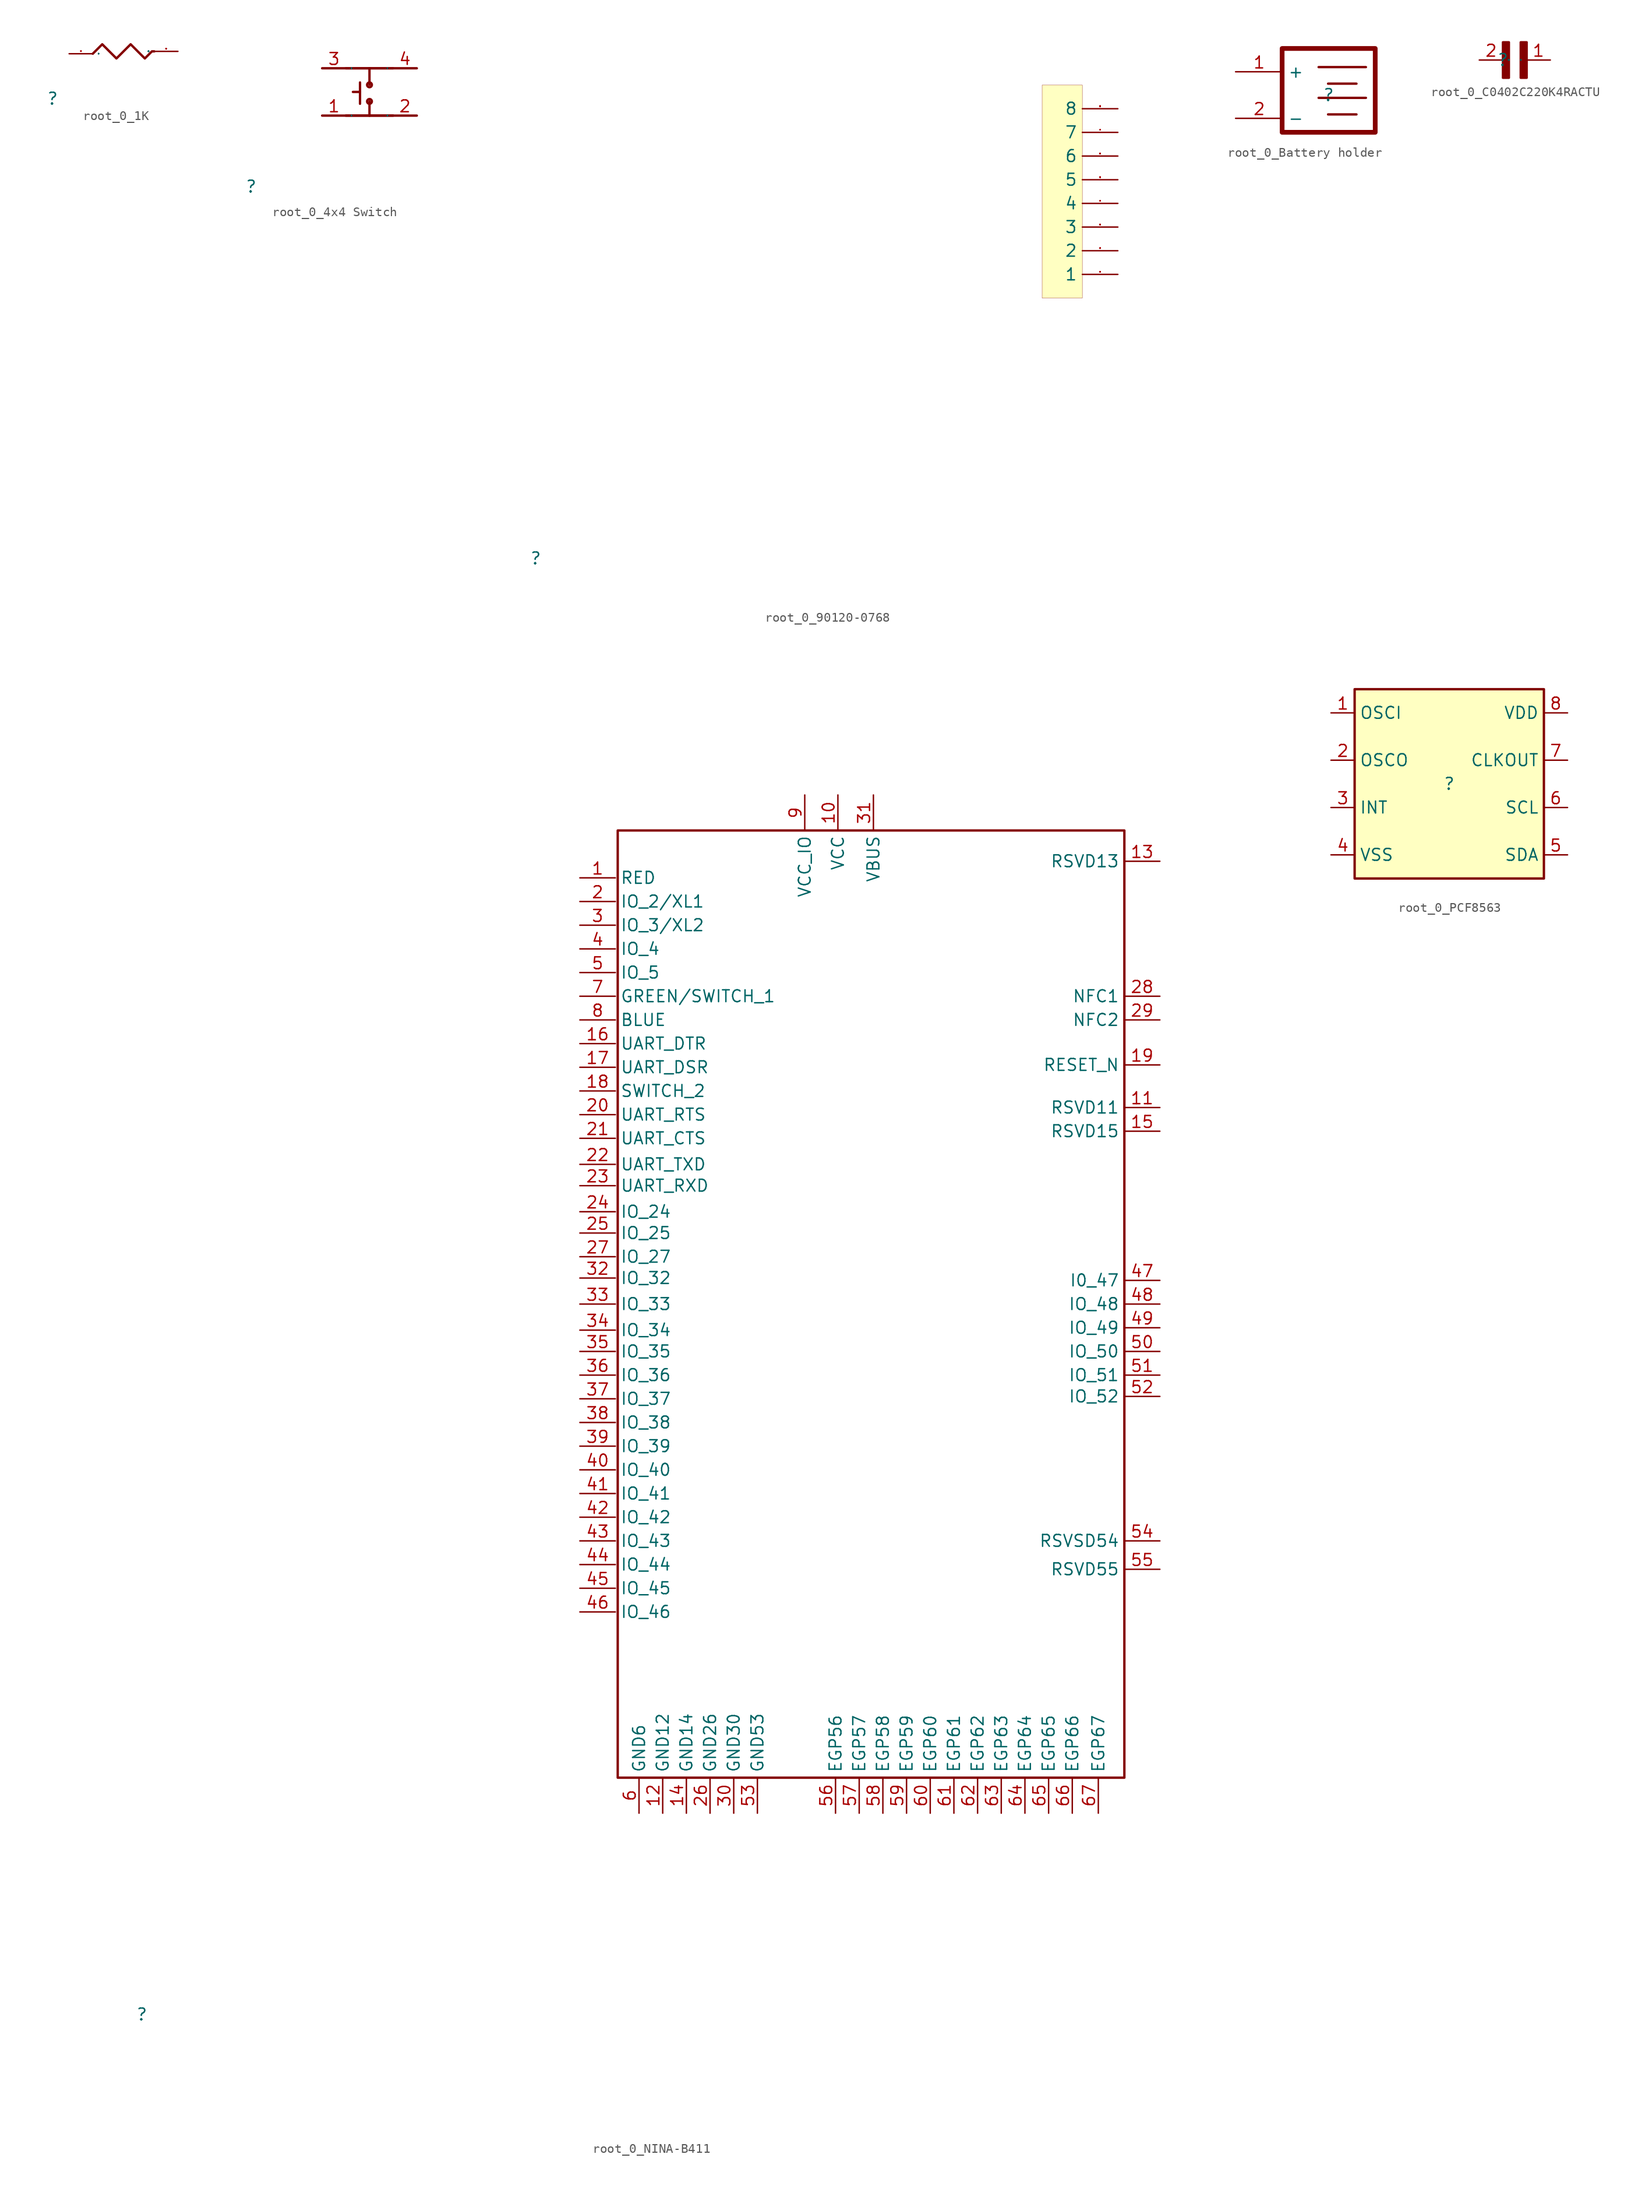
<source format=kicad_sym>
(kicad_symbol_lib
  (version 20230620)
  (generator kicad_symbol_editor)
  (symbol "root_0_1K"
    (property "Reference" ""
      (at 0 0 0)
      (effects (font (size 1.27 1.27))))
    (property "Value" ""
      (at 0 0 0)
      (effects (font (size 1.27 1.27))))
    (symbol "root_0_1K_1_0"
      (polyline (pts (xy 4.318 4.826) (xy 5.334 5.842) (xy 6.858 4.318) (xy 8.382 5.842) (xy 9.906 4.318) (xy 10.668 5.08) (xy 10.922 5.08)) (stroke (width 0.254) (type solid)) (fill (type none)))
      (pin passive line (at 1.778 4.826 0) (length 2.54) (name "1" (effects (font (size 0.025 0.025)))) (number "1" (effects (font (size 0.025 0.025)))))
      (pin passive line (at 13.462 5.08 180) (length 2.54) (name "2" (effects (font (size 0.025 0.025)))) (number "2" (effects (font (size 0.025 0.025)))))))
  (symbol "root_0_4x4 Switch"
    (property "Reference" ""
      (at 0 0 0)
      (effects (font (size 1.27 1.27))))
    (property "Value" ""
      (at 0 0 0)
      (effects (font (size 1.27 1.27))))
    (symbol "root_0_4x4 Switch_1_0"
      (polyline (pts (xy 7.62 12.7) (xy 17.78 12.7)) (stroke (width 0.254) (type solid)) (fill (type none)))
      (polyline (pts (xy 10.16 7.62) (xy 12.7 7.62)) (stroke (width 0.254) (type solid)) (fill (type none)))
      (polyline (pts (xy 10.16 12.7) (xy 12.7 12.7)) (stroke (width 0.254) (type solid)) (fill (type none)))
      (polyline (pts (xy 11.684 10.16) (xy 10.922 10.16)) (stroke (width 0.254) (type solid)) (fill (type none)))
      (polyline (pts (xy 11.684 10.16) (xy 11.684 8.89)) (stroke (width 0.254) (type solid)) (fill (type none)))
      (polyline (pts (xy 11.684 11.176) (xy 11.684 10.16)) (stroke (width 0.254) (type solid)) (fill (type none)))
      (polyline (pts (xy 12.7 7.62) (xy 15.24 7.62)) (stroke (width 0.254) (type solid)) (fill (type none)))
      (polyline (pts (xy 12.7 9.144) (xy 12.7 7.62)) (stroke (width 0.254) (type solid)) (fill (type none)))
      (polyline (pts (xy 12.7 10.922) (xy 12.7 12.7)) (stroke (width 0.254) (type solid)) (fill (type none)))
      (polyline (pts (xy 12.7 12.7) (xy 15.24 12.7)) (stroke (width 0.254) (type solid)) (fill (type none)))
      (polyline (pts (xy 17.78 7.62) (xy 7.62 7.62)) (stroke (width 0.254) (type solid)) (fill (type none)))
      (circle (center 12.7 9.144) (radius 0.254) (stroke (width 0.254) (type solid)) (fill (type none)))
      (circle (center 12.7 10.922) (radius 0.254) (stroke (width 0.254) (type solid)) (fill (type none)))
      (pin passive line (at 7.62 7.62 0) (length 2.54) (name "1" (effects (font (size 0.025 0.025)))) (number "1" (effects (font (size 1.27 1.27)))))
      (pin passive line (at 17.78 7.62 180) (length 2.54) (name "2" (effects (font (size 0.025 0.025)))) (number "2" (effects (font (size 1.27 1.27)))))
      (pin passive line (at 7.62 12.7 0) (length 2.54) (name "3" (effects (font (size 0.025 0.025)))) (number "3" (effects (font (size 1.27 1.27)))))
      (pin passive line (at 17.78 12.7 180) (length 2.54) (name "4" (effects (font (size 0.025 0.025)))) (number "4" (effects (font (size 1.27 1.27)))))))
  (symbol "root_0_90120-0768"
    (property "Reference" ""
      (at 0 0 0)
      (effects (font (size 1.27 1.27))))
    (property "Value" ""
      (at 0 0 0)
      (effects (font (size 1.27 1.27))))
    (symbol "root_0_90120-0768_1_0"
      (rectangle (start 58.674 50.8) (end 54.356 27.94) (stroke (width 0.025) (type solid) (color 128 0 0 1)) (fill (type background)))
      (pin passive line (at 62.484 30.48 180) (length 3.81) (name "1" (effects (font (size 1.27 1.27)))) (number "1" (effects (font (size 0.025 0.025)))))
      (pin passive line (at 62.484 33.02 180) (length 3.81) (name "2" (effects (font (size 1.27 1.27)))) (number "2" (effects (font (size 0.025 0.025)))))
      (pin passive line (at 62.484 35.56 180) (length 3.81) (name "3" (effects (font (size 1.27 1.27)))) (number "3" (effects (font (size 0.025 0.025)))))
      (pin passive line (at 62.484 38.1 180) (length 3.81) (name "4" (effects (font (size 1.27 1.27)))) (number "4" (effects (font (size 0.025 0.025)))))
      (pin passive line (at 62.484 40.64 180) (length 3.81) (name "5" (effects (font (size 1.27 1.27)))) (number "5" (effects (font (size 0.025 0.025)))))
      (pin passive line (at 62.484 43.18 180) (length 3.81) (name "6" (effects (font (size 1.27 1.27)))) (number "6" (effects (font (size 0.025 0.025)))))
      (pin passive line (at 62.484 45.72 180) (length 3.81) (name "7" (effects (font (size 1.27 1.27)))) (number "7" (effects (font (size 0.025 0.025)))))
      (pin passive line (at 62.484 48.26 180) (length 3.81) (name "8" (effects (font (size 1.27 1.27)))) (number "8" (effects (font (size 0.025 0.025)))))))
  (symbol "root_0_Battery holder"
    (property "Reference" ""
      (at 0 0 0)
      (effects (font (size 1.27 1.27))))
    (property "Value" ""
      (at 0 0 0)
      (effects (font (size 1.27 1.27))))
    (symbol "root_0_Battery holder_1_0"
      (polyline (pts (xy 2.984 -2.08) (xy -0.064 -2.08)) (stroke (width 0.254) (type solid)) (fill (type none)))
      (polyline (pts (xy 2.984 1.222) (xy -0.064 1.222)) (stroke (width 0.254) (type solid)) (fill (type none)))
      (polyline (pts (xy 4 -0.302) (xy -1.08 -0.302)) (stroke (width 0.254) (type solid)) (fill (type none)))
      (polyline (pts (xy 4 3) (xy -1.08 3)) (stroke (width 0.254) (type solid)) (fill (type none)))
      (rectangle (start 5 5) (end -5 -4) (stroke (width 0.508) (type solid)) (fill (type none)))
      (pin passive line (at -10 2.5 0) (length 5.08) (name "+" (effects (font (size 1.27 1.27)))) (number "1" (effects (font (size 1.27 1.27)))))
      (pin passive line (at -10 -2.5 0) (length 5.08) (name "-" (effects (font (size 1.27 1.27)))) (number "2" (effects (font (size 1.27 1.27)))))))
  (symbol "root_0_C0402C220K4RACTU"
    (property "Reference" ""
      (at 0 0 0)
      (effects (font (size 1.27 1.27))))
    (property "Value" ""
      (at 0 0 0)
      (effects (font (size 1.27 1.27))))
    (symbol "root_0_C0402C220K4RACTU_1_0"
      (rectangle (start 0.635 1.905) (end 0 -1.905) (stroke (width 0.254) (type solid)) (fill (type outline)))
      (rectangle (start 2.54 1.905) (end 1.905 -1.905) (stroke (width 0.254) (type solid)) (fill (type outline)))
      (pin passive line (at 5.08 0 180) (length 2.54) (name "1" (effects (font (size 0.025 0.025)))) (number "1" (effects (font (size 1.27 1.27)))))
      (pin passive line (at -2.54 0 0) (length 2.54) (name "2" (effects (font (size 0.025 0.025)))) (number "2" (effects (font (size 1.27 1.27)))))))
  (symbol "root_0_NINA-B411"
    (property "Reference" ""
      (at 0 0 0)
      (effects (font (size 1.27 1.27))))
    (property "Value" ""
      (at 0 0 0)
      (effects (font (size 1.27 1.27))))
    (symbol "root_0_NINA-B411_1_0"
      (rectangle (start 105.41 127) (end 51.054 25.4) (stroke (width 0.254) (type solid)) (fill (type none)))
      (pin passive line (at 46.99 121.92 0) (length 3.81) (name "RED" (effects (font (size 1.27 1.27)))) (number "1" (effects (font (size 1.27 1.27)))))
      (pin passive line (at 74.676 130.81 270) (length 3.81) (name "VCC" (effects (font (size 1.27 1.27)))) (number "10" (effects (font (size 1.27 1.27)))))
      (pin passive line (at 109.22 97.282 180) (length 3.81) (name "RSVD11" (effects (font (size 1.27 1.27)))) (number "11" (effects (font (size 1.27 1.27)))))
      (pin passive line (at 55.88 21.59 90) (length 3.81) (name "GND12" (effects (font (size 1.27 1.27)))) (number "12" (effects (font (size 1.27 1.27)))))
      (pin passive line (at 109.22 123.698 180) (length 3.81) (name "RSVD13" (effects (font (size 1.27 1.27)))) (number "13" (effects (font (size 1.27 1.27)))))
      (pin passive line (at 58.42 21.59 90) (length 3.81) (name "GND14" (effects (font (size 1.27 1.27)))) (number "14" (effects (font (size 1.27 1.27)))))
      (pin passive line (at 109.22 94.742 180) (length 3.81) (name "RSVD15" (effects (font (size 1.27 1.27)))) (number "15" (effects (font (size 1.27 1.27)))))
      (pin passive line (at 46.99 104.14 0) (length 3.81) (name "UART_DTR" (effects (font (size 1.27 1.27)))) (number "16" (effects (font (size 1.27 1.27)))))
      (pin passive line (at 46.99 101.6 0) (length 3.81) (name "UART_DSR" (effects (font (size 1.27 1.27)))) (number "17" (effects (font (size 1.27 1.27)))))
      (pin passive line (at 46.99 99.06 0) (length 3.81) (name "SWITCH_2" (effects (font (size 1.27 1.27)))) (number "18" (effects (font (size 1.27 1.27)))))
      (pin passive line (at 109.22 101.854 180) (length 3.81) (name "RESET_N" (effects (font (size 1.27 1.27)))) (number "19" (effects (font (size 1.27 1.27)))))
      (pin passive line (at 46.99 119.38 0) (length 3.81) (name "IO_2/XL1" (effects (font (size 1.27 1.27)))) (number "2" (effects (font (size 1.27 1.27)))))
      (pin passive line (at 46.99 96.52 0) (length 3.81) (name "UART_RTS" (effects (font (size 1.27 1.27)))) (number "20" (effects (font (size 1.27 1.27)))))
      (pin passive line (at 46.99 93.98 0) (length 3.81) (name "UART_CTS" (effects (font (size 1.27 1.27)))) (number "21" (effects (font (size 1.27 1.27)))))
      (pin passive line (at 46.99 91.186 0) (length 3.81) (name "UART_TXD" (effects (font (size 1.27 1.27)))) (number "22" (effects (font (size 1.27 1.27)))))
      (pin passive line (at 46.99 88.9 0) (length 3.81) (name "UART_RXD" (effects (font (size 1.27 1.27)))) (number "23" (effects (font (size 1.27 1.27)))))
      (pin passive line (at 46.99 86.106 0) (length 3.81) (name "IO_24" (effects (font (size 1.27 1.27)))) (number "24" (effects (font (size 1.27 1.27)))))
      (pin passive line (at 46.99 83.82 0) (length 3.81) (name "IO_25" (effects (font (size 1.27 1.27)))) (number "25" (effects (font (size 1.27 1.27)))))
      (pin passive line (at 60.96 21.59 90) (length 3.81) (name "GND26" (effects (font (size 1.27 1.27)))) (number "26" (effects (font (size 1.27 1.27)))))
      (pin passive line (at 46.99 81.28 0) (length 3.81) (name "IO_27" (effects (font (size 1.27 1.27)))) (number "27" (effects (font (size 1.27 1.27)))))
      (pin passive line (at 109.22 109.22 180) (length 3.81) (name "NFC1" (effects (font (size 1.27 1.27)))) (number "28" (effects (font (size 1.27 1.27)))))
      (pin passive line (at 109.22 106.68 180) (length 3.81) (name "NFC2" (effects (font (size 1.27 1.27)))) (number "29" (effects (font (size 1.27 1.27)))))
      (pin passive line (at 46.99 116.84 0) (length 3.81) (name "IO_3/XL2" (effects (font (size 1.27 1.27)))) (number "3" (effects (font (size 1.27 1.27)))))
      (pin passive line (at 63.5 21.59 90) (length 3.81) (name "GND30" (effects (font (size 1.27 1.27)))) (number "30" (effects (font (size 1.27 1.27)))))
      (pin passive line (at 78.486 130.81 270) (length 3.81) (name "VBUS" (effects (font (size 1.27 1.27)))) (number "31" (effects (font (size 1.27 1.27)))))
      (pin passive line (at 46.99 78.994 0) (length 3.81) (name "IO_32" (effects (font (size 1.27 1.27)))) (number "32" (effects (font (size 1.27 1.27)))))
      (pin passive line (at 46.99 76.2 0) (length 3.81) (name "IO_33" (effects (font (size 1.27 1.27)))) (number "33" (effects (font (size 1.27 1.27)))))
      (pin passive line (at 46.99 73.406 0) (length 3.81) (name "IO_34" (effects (font (size 1.27 1.27)))) (number "34" (effects (font (size 1.27 1.27)))))
      (pin passive line (at 46.99 71.12 0) (length 3.81) (name "IO_35" (effects (font (size 1.27 1.27)))) (number "35" (effects (font (size 1.27 1.27)))))
      (pin passive line (at 46.99 68.58 0) (length 3.81) (name "IO_36" (effects (font (size 1.27 1.27)))) (number "36" (effects (font (size 1.27 1.27)))))
      (pin passive line (at 46.99 66.04 0) (length 3.81) (name "IO_37" (effects (font (size 1.27 1.27)))) (number "37" (effects (font (size 1.27 1.27)))))
      (pin passive line (at 46.99 63.5 0) (length 3.81) (name "IO_38" (effects (font (size 1.27 1.27)))) (number "38" (effects (font (size 1.27 1.27)))))
      (pin passive line (at 46.99 60.96 0) (length 3.81) (name "IO_39" (effects (font (size 1.27 1.27)))) (number "39" (effects (font (size 1.27 1.27)))))
      (pin passive line (at 46.99 114.3 0) (length 3.81) (name "IO_4" (effects (font (size 1.27 1.27)))) (number "4" (effects (font (size 1.27 1.27)))))
      (pin passive line (at 46.99 58.42 0) (length 3.81) (name "IO_40" (effects (font (size 1.27 1.27)))) (number "40" (effects (font (size 1.27 1.27)))))
      (pin passive line (at 46.99 55.88 0) (length 3.81) (name "IO_41" (effects (font (size 1.27 1.27)))) (number "41" (effects (font (size 1.27 1.27)))))
      (pin passive line (at 46.99 53.34 0) (length 3.81) (name "IO_42" (effects (font (size 1.27 1.27)))) (number "42" (effects (font (size 1.27 1.27)))))
      (pin passive line (at 46.99 50.8 0) (length 3.81) (name "IO_43" (effects (font (size 1.27 1.27)))) (number "43" (effects (font (size 1.27 1.27)))))
      (pin passive line (at 46.99 48.26 0) (length 3.81) (name "IO_44" (effects (font (size 1.27 1.27)))) (number "44" (effects (font (size 1.27 1.27)))))
      (pin passive line (at 46.99 45.72 0) (length 3.81) (name "IO_45" (effects (font (size 1.27 1.27)))) (number "45" (effects (font (size 1.27 1.27)))))
      (pin passive line (at 46.99 43.18 0) (length 3.81) (name "IO_46" (effects (font (size 1.27 1.27)))) (number "46" (effects (font (size 1.27 1.27)))))
      (pin passive line (at 109.22 78.74 180) (length 3.81) (name "I0_47" (effects (font (size 1.27 1.27)))) (number "47" (effects (font (size 1.27 1.27)))))
      (pin passive line (at 109.22 76.2 180) (length 3.81) (name "IO_48" (effects (font (size 1.27 1.27)))) (number "48" (effects (font (size 1.27 1.27)))))
      (pin passive line (at 109.22 73.66 180) (length 3.81) (name "IO_49" (effects (font (size 1.27 1.27)))) (number "49" (effects (font (size 1.27 1.27)))))
      (pin passive line (at 46.99 111.76 0) (length 3.81) (name "IO_5" (effects (font (size 1.27 1.27)))) (number "5" (effects (font (size 1.27 1.27)))))
      (pin passive line (at 109.22 71.12 180) (length 3.81) (name "IO_50" (effects (font (size 1.27 1.27)))) (number "50" (effects (font (size 1.27 1.27)))))
      (pin passive line (at 109.22 68.58 180) (length 3.81) (name "IO_51" (effects (font (size 1.27 1.27)))) (number "51" (effects (font (size 1.27 1.27)))))
      (pin passive line (at 109.22 66.294 180) (length 3.81) (name "IO_52" (effects (font (size 1.27 1.27)))) (number "52" (effects (font (size 1.27 1.27)))))
      (pin passive line (at 66.04 21.59 90) (length 3.81) (name "GND53" (effects (font (size 1.27 1.27)))) (number "53" (effects (font (size 1.27 1.27)))))
      (pin passive line (at 109.22 50.8 180) (length 3.81) (name "RSVSD54" (effects (font (size 1.27 1.27)))) (number "54" (effects (font (size 1.27 1.27)))))
      (pin passive line (at 109.22 47.752 180) (length 3.81) (name "RSVD55" (effects (font (size 1.27 1.27)))) (number "55" (effects (font (size 1.27 1.27)))))
      (pin passive line (at 74.422 21.59 90) (length 3.81) (name "EGP56" (effects (font (size 1.27 1.27)))) (number "56" (effects (font (size 1.27 1.27)))))
      (pin passive line (at 76.962 21.59 90) (length 3.81) (name "EGP57" (effects (font (size 1.27 1.27)))) (number "57" (effects (font (size 1.27 1.27)))))
      (pin passive line (at 79.502 21.59 90) (length 3.81) (name "EGP58" (effects (font (size 1.27 1.27)))) (number "58" (effects (font (size 1.27 1.27)))))
      (pin passive line (at 82.042 21.59 90) (length 3.81) (name "EGP59" (effects (font (size 1.27 1.27)))) (number "59" (effects (font (size 1.27 1.27)))))
      (pin passive line (at 53.34 21.59 90) (length 3.81) (name "GND6" (effects (font (size 1.27 1.27)))) (number "6" (effects (font (size 1.27 1.27)))))
      (pin passive line (at 84.582 21.59 90) (length 3.81) (name "EGP60" (effects (font (size 1.27 1.27)))) (number "60" (effects (font (size 1.27 1.27)))))
      (pin passive line (at 87.122 21.59 90) (length 3.81) (name "EGP61" (effects (font (size 1.27 1.27)))) (number "61" (effects (font (size 1.27 1.27)))))
      (pin passive line (at 89.662 21.59 90) (length 3.81) (name "EGP62" (effects (font (size 1.27 1.27)))) (number "62" (effects (font (size 1.27 1.27)))))
      (pin passive line (at 92.202 21.59 90) (length 3.81) (name "EGP63" (effects (font (size 1.27 1.27)))) (number "63" (effects (font (size 1.27 1.27)))))
      (pin passive line (at 94.742 21.59 90) (length 3.81) (name "EGP64" (effects (font (size 1.27 1.27)))) (number "64" (effects (font (size 1.27 1.27)))))
      (pin passive line (at 97.282 21.59 90) (length 3.81) (name "EGP65" (effects (font (size 1.27 1.27)))) (number "65" (effects (font (size 1.27 1.27)))))
      (pin passive line (at 99.822 21.59 90) (length 3.81) (name "EGP66" (effects (font (size 1.27 1.27)))) (number "66" (effects (font (size 1.27 1.27)))))
      (pin passive line (at 102.616 21.59 90) (length 3.81) (name "EGP67" (effects (font (size 1.27 1.27)))) (number "67" (effects (font (size 1.27 1.27)))))
      (pin passive line (at 46.99 109.22 0) (length 3.81) (name "GREEN/SWITCH_1" (effects (font (size 1.27 1.27)))) (number "7" (effects (font (size 1.27 1.27)))))
      (pin passive line (at 46.99 106.68 0) (length 3.81) (name "BLUE" (effects (font (size 1.27 1.27)))) (number "8" (effects (font (size 1.27 1.27)))))
      (pin passive line (at 71.12 130.81 270) (length 3.81) (name "VCC_IO" (effects (font (size 1.27 1.27)))) (number "9" (effects (font (size 1.27 1.27)))))))
  (symbol "root_0_PCF8563"
    (property "Reference" ""
      (at 0 0 0)
      (effects (font (size 1.27 1.27))))
    (property "Value" ""
      (at 0 0 0)
      (effects (font (size 1.27 1.27))))
    (symbol "root_0_PCF8563_1_0"
      (rectangle (start 10.16 10.16) (end -10.16 -10.16) (stroke (width 0.254) (type solid) (color 128 0 0 1)) (fill (type background)))
      (pin passive line (at -12.7 7.62 0) (length 2.54) (name "OSCI" (effects (font (size 1.27 1.27)))) (number "1" (effects (font (size 1.27 1.27)))))
      (pin passive line (at -12.7 2.54 0) (length 2.54) (name "OSCO" (effects (font (size 1.27 1.27)))) (number "2" (effects (font (size 1.27 1.27)))))
      (pin passive line (at -12.7 -2.54 0) (length 2.54) (name "INT" (effects (font (size 1.27 1.27)))) (number "3" (effects (font (size 1.27 1.27)))))
      (pin passive line (at -12.7 -7.62 0) (length 2.54) (name "VSS" (effects (font (size 1.27 1.27)))) (number "4" (effects (font (size 1.27 1.27)))))
      (pin passive line (at 12.7 -7.62 180) (length 2.54) (name "SDA" (effects (font (size 1.27 1.27)))) (number "5" (effects (font (size 1.27 1.27)))))
      (pin passive line (at 12.7 -2.54 180) (length 2.54) (name "SCL" (effects (font (size 1.27 1.27)))) (number "6" (effects (font (size 1.27 1.27)))))
      (pin passive line (at 12.7 2.54 180) (length 2.54) (name "CLKOUT" (effects (font (size 1.27 1.27)))) (number "7" (effects (font (size 1.27 1.27)))))
      (pin passive line (at 12.7 7.62 180) (length 2.54) (name "VDD" (effects (font (size 1.27 1.27)))) (number "8" (effects (font (size 1.27 1.27))))))))
</source>
